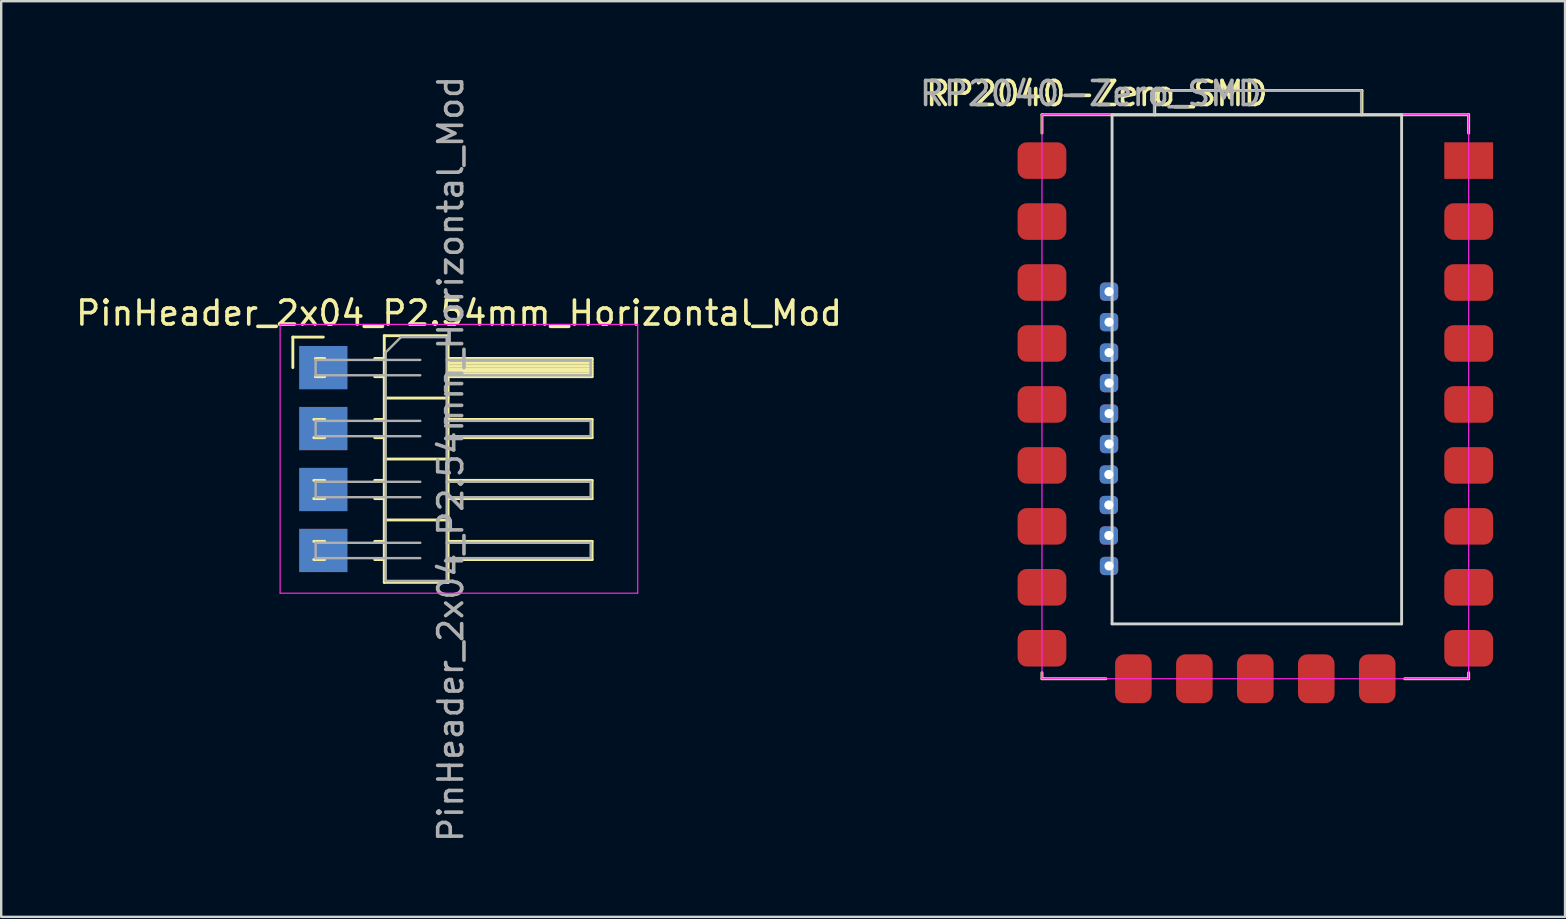
<source format=kicad_pcb>
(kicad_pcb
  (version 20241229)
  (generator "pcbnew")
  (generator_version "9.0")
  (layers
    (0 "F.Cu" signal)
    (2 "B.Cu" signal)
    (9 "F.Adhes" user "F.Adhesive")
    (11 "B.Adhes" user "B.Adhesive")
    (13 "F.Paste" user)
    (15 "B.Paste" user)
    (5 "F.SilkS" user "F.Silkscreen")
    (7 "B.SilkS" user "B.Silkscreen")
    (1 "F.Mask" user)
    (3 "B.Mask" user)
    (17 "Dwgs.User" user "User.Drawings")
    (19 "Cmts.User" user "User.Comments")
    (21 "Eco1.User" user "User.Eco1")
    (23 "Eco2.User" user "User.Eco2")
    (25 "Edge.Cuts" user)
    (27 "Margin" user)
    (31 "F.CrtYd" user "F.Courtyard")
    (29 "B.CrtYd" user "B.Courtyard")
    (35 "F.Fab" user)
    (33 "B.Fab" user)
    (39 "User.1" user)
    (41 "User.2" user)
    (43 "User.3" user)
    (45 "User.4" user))
  (footprint "PinHeader_2x04_P2.54mm_Horizontal_Mod"
    (layer "F.Cu")
    (at 10.422 12.267)
    (property "Reference" "PinHeader_2x04_P2.54mm_Horizontal_Mod" (at 5.655 -2.27 180) (layer "F.SilkS") (effects (font (size 1 1) (thickness 0.15))))
    (attr through_hole)
    (fp_line (start -1.27 -1.27) (end 0 -1.27) (stroke (width 0.12) (type solid)) (layer "F.SilkS"))
    (fp_line (start -1.27 0) (end -1.27 -1.27) (stroke (width 0.12) (type solid)) (layer "F.SilkS"))
    (fp_line (start -0.397 2.16) (end 0.057 2.16) (stroke (width 0.12) (type solid)) (layer "F.SilkS"))
    (fp_line (start -0.397 2.92) (end 0.057 2.92) (stroke (width 0.12) (type solid)) (layer "F.SilkS"))
    (fp_line (start -0.397 4.7) (end 0.057 4.7) (stroke (width 0.12) (type solid)) (layer "F.SilkS"))
    (fp_line (start -0.397 5.46) (end 0.057 5.46) (stroke (width 0.12) (type solid)) (layer "F.SilkS"))
    (fp_line (start -0.397 7.24) (end 0.057 7.24) (stroke (width 0.12) (type solid)) (layer "F.SilkS"))
    (fp_line (start -0.397 8) (end 0.057 8) (stroke (width 0.12) (type solid)) (layer "F.SilkS"))
    (fp_line (start -0.33 -0.38) (end 0.057 -0.38) (stroke (width 0.12) (type solid)) (layer "F.SilkS"))
    (fp_line (start -0.33 0.38) (end 0.057 0.38) (stroke (width 0.12) (type solid)) (layer "F.SilkS"))
    (fp_line (start 2.143 -0.38) (end 2.54 -0.38) (stroke (width 0.12) (type solid)) (layer "F.SilkS"))
    (fp_line (start 2.143 0.38) (end 2.54 0.38) (stroke (width 0.12) (type solid)) (layer "F.SilkS"))
    (fp_line (start 2.143 2.16) (end 2.54 2.16) (stroke (width 0.12) (type solid)) (layer "F.SilkS"))
    (fp_line (start 2.143 2.92) (end 2.54 2.92) (stroke (width 0.12) (type solid)) (layer "F.SilkS"))
    (fp_line (start 2.143 4.7) (end 2.54 4.7) (stroke (width 0.12) (type solid)) (layer "F.SilkS"))
    (fp_line (start 2.143 5.46) (end 2.54 5.46) (stroke (width 0.12) (type solid)) (layer "F.SilkS"))
    (fp_line (start 2.143 7.24) (end 2.54 7.24) (stroke (width 0.12) (type solid)) (layer "F.SilkS"))
    (fp_line (start 2.143 8) (end 2.54 8) (stroke (width 0.12) (type solid)) (layer "F.SilkS"))
    (fp_line (start 2.54 -1.33) (end 2.54 8.95) (stroke (width 0.12) (type solid)) (layer "F.SilkS"))
    (fp_line (start 2.54 1.27) (end 5.2 1.27) (stroke (width 0.12) (type solid)) (layer "F.SilkS"))
    (fp_line (start 2.54 3.81) (end 5.2 3.81) (stroke (width 0.12) (type solid)) (layer "F.SilkS"))
    (fp_line (start 2.54 6.35) (end 5.2 6.35) (stroke (width 0.12) (type solid)) (layer "F.SilkS"))
    (fp_line (start 2.54 8.95) (end 5.2 8.95) (stroke (width 0.12) (type solid)) (layer "F.SilkS"))
    (fp_line (start 5.2 -1.33) (end 2.54 -1.33) (stroke (width 0.12) (type solid)) (layer "F.SilkS"))
    (fp_line (start 5.2 -0.38) (end 11.2 -0.38) (stroke (width 0.12) (type solid)) (layer "F.SilkS"))
    (fp_line (start 5.2 -0.32) (end 11.2 -0.32) (stroke (width 0.12) (type solid)) (layer "F.SilkS"))
    (fp_line (start 5.2 -0.2) (end 11.2 -0.2) (stroke (width 0.12) (type solid)) (layer "F.SilkS"))
    (fp_line (start 5.2 -0.08) (end 11.2 -0.08) (stroke (width 0.12) (type solid)) (layer "F.SilkS"))
    (fp_line (start 5.2 0.04) (end 11.2 0.04) (stroke (width 0.12) (type solid)) (layer "F.SilkS"))
    (fp_line (start 5.2 0.16) (end 11.2 0.16) (stroke (width 0.12) (type solid)) (layer "F.SilkS"))
    (fp_line (start 5.2 0.28) (end 11.2 0.28) (stroke (width 0.12) (type solid)) (layer "F.SilkS"))
    (fp_line (start 5.2 2.16) (end 11.2 2.16) (stroke (width 0.12) (type solid)) (layer "F.SilkS"))
    (fp_line (start 5.2 4.7) (end 11.2 4.7) (stroke (width 0.12) (type solid)) (layer "F.SilkS"))
    (fp_line (start 5.2 7.24) (end 11.2 7.24) (stroke (width 0.12) (type solid)) (layer "F.SilkS"))
    (fp_line (start 5.2 8.95) (end 5.2 -1.33) (stroke (width 0.12) (type solid)) (layer "F.SilkS"))
    (fp_line (start 11.2 -0.38) (end 11.2 0.38) (stroke (width 0.12) (type solid)) (layer "F.SilkS"))
    (fp_line (start 11.2 0.38) (end 5.2 0.38) (stroke (width 0.12) (type solid)) (layer "F.SilkS"))
    (fp_line (start 11.2 2.16) (end 11.2 2.92) (stroke (width 0.12) (type solid)) (layer "F.SilkS"))
    (fp_line (start 11.2 2.92) (end 5.2 2.92) (stroke (width 0.12) (type solid)) (layer "F.SilkS"))
    (fp_line (start 11.2 4.7) (end 11.2 5.46) (stroke (width 0.12) (type solid)) (layer "F.SilkS"))
    (fp_line (start 11.2 5.46) (end 5.2 5.46) (stroke (width 0.12) (type solid)) (layer "F.SilkS"))
    (fp_line (start 11.2 7.24) (end 11.2 8) (stroke (width 0.12) (type solid)) (layer "F.SilkS"))
    (fp_line (start 11.2 8) (end 5.2 8) (stroke (width 0.12) (type solid)) (layer "F.SilkS"))
    (fp_line (start -1.8 -1.8) (end -1.8 9.4) (stroke (width 0.05) (type solid)) (layer "F.CrtYd"))
    (fp_line (start -1.8 9.4) (end 13.1 9.4) (stroke (width 0.05) (type solid)) (layer "F.CrtYd"))
    (fp_line (start 13.1 -1.8) (end -1.8 -1.8) (stroke (width 0.05) (type solid)) (layer "F.CrtYd"))
    (fp_line (start 13.1 9.4) (end 13.1 -1.8) (stroke (width 0.05) (type solid)) (layer "F.CrtYd"))
    (fp_line (start -0.32 -0.32) (end -0.32 0.32) (stroke (width 0.1) (type solid)) (layer "F.Fab"))
    (fp_line (start -0.32 -0.32) (end 4.04 -0.32) (stroke (width 0.1) (type solid)) (layer "F.Fab"))
    (fp_line (start -0.32 0.32) (end 4.04 0.32) (stroke (width 0.1) (type solid)) (layer "F.Fab"))
    (fp_line (start -0.32 2.22) (end -0.32 2.86) (stroke (width 0.1) (type solid)) (layer "F.Fab"))
    (fp_line (start -0.32 2.22) (end 4.04 2.22) (stroke (width 0.1) (type solid)) (layer "F.Fab"))
    (fp_line (start -0.32 2.86) (end 4.04 2.86) (stroke (width 0.1) (type solid)) (layer "F.Fab"))
    (fp_line (start -0.32 4.76) (end -0.32 5.4) (stroke (width 0.1) (type solid)) (layer "F.Fab"))
    (fp_line (start -0.32 4.76) (end 4.04 4.76) (stroke (width 0.1) (type solid)) (layer "F.Fab"))
    (fp_line (start -0.32 5.4) (end 4.04 5.4) (stroke (width 0.1) (type solid)) (layer "F.Fab"))
    (fp_line (start -0.32 7.3) (end -0.32 7.94) (stroke (width 0.1) (type solid)) (layer "F.Fab"))
    (fp_line (start -0.32 7.3) (end 4.04 7.3) (stroke (width 0.1) (type solid)) (layer "F.Fab"))
    (fp_line (start -0.32 7.94) (end 4.04 7.94) (stroke (width 0.1) (type solid)) (layer "F.Fab"))
    (fp_line (start 2.6 -0.635) (end 3.235 -1.27) (stroke (width 0.1) (type solid)) (layer "F.Fab"))
    (fp_line (start 2.6 8.89) (end 2.6 -0.635) (stroke (width 0.1) (type solid)) (layer "F.Fab"))
    (fp_line (start 3.235 -1.27) (end 5.14 -1.27) (stroke (width 0.1) (type solid)) (layer "F.Fab"))
    (fp_line (start 5.14 -1.27) (end 5.14 8.89) (stroke (width 0.1) (type solid)) (layer "F.Fab"))
    (fp_line (start 5.14 -0.32) (end 11.14 -0.32) (stroke (width 0.1) (type solid)) (layer "F.Fab"))
    (fp_line (start 5.14 0.32) (end 11.14 0.32) (stroke (width 0.1) (type solid)) (layer "F.Fab"))
    (fp_line (start 5.14 2.22) (end 11.14 2.22) (stroke (width 0.1) (type solid)) (layer "F.Fab"))
    (fp_line (start 5.14 2.86) (end 11.14 2.86) (stroke (width 0.1) (type solid)) (layer "F.Fab"))
    (fp_line (start 5.14 4.76) (end 11.14 4.76) (stroke (width 0.1) (type solid)) (layer "F.Fab"))
    (fp_line (start 5.14 5.4) (end 11.14 5.4) (stroke (width 0.1) (type solid)) (layer "F.Fab"))
    (fp_line (start 5.14 7.3) (end 11.14 7.3) (stroke (width 0.1) (type solid)) (layer "F.Fab"))
    (fp_line (start 5.14 7.94) (end 11.14 7.94) (stroke (width 0.1) (type solid)) (layer "F.Fab"))
    (fp_line (start 5.14 8.89) (end 2.6 8.89) (stroke (width 0.1) (type solid)) (layer "F.Fab"))
    (fp_line (start 11.14 -0.32) (end 11.14 0.32) (stroke (width 0.1) (type solid)) (layer "F.Fab"))
    (fp_line (start 11.14 2.22) (end 11.14 2.86) (stroke (width 0.1) (type solid)) (layer "F.Fab"))
    (fp_line (start 11.14 4.76) (end 11.14 5.4) (stroke (width 0.1) (type solid)) (layer "F.Fab"))
    (fp_line (start 11.14 7.3) (end 11.14 7.94) (stroke (width 0.1) (type solid)) (layer "F.Fab"))
    (fp_text user "${REFERENCE}" (at 5.31 3.81 270) (layer "F.Fab") (effects (font (size 1 1) (thickness 0.15))))
    (pad "1" smd rect (at 0 0) (size 2 1.8) (layers "F.Cu" "F.Mask" "F.Paste"))
    (pad "2" smd rect (at 0 0) (size 2 1.8) (layers "B.Cu" "B.Mask" "B.Paste"))
    (pad "3" smd rect (at 0 2.54) (size 2 1.8) (layers "F.Cu" "F.Mask" "F.Paste"))
    (pad "4" smd rect (at 0 2.54) (size 2 1.8) (layers "B.Cu" "B.Mask" "B.Paste"))
    (pad "5" smd rect (at 0 5.08) (size 2 1.8) (layers "F.Cu" "F.Mask" "F.Paste"))
    (pad "6" smd rect (at 0 5.08) (size 2 1.8) (layers "B.Cu" "B.Mask" "B.Paste"))
    (pad "7" smd rect (at 0 7.62) (size 2 1.8) (layers "F.Cu" "F.Mask" "F.Paste"))
    (pad "8" smd rect (at 0 7.62) (size 2 1.8) (layers "B.Cu" "B.Mask" "B.Paste")))
  (footprint "RP2040-Zero_SMD"
    (layer "F.Cu")
    (at 40.367 25.232)
    (property "Reference" "RP2040-Zero_SMD" (at 2.286 -24.384 0) (unlocked yes) (layer "F.SilkS") (effects (font (size 1 1) (thickness 0.15))))
    (attr through_hole)
    (fp_line (start 0 -22.733) (end 0 -23.5) (stroke (width 0.12) (type solid)) (layer "F.SilkS"))
    (fp_line (start 0 -0.254) (end 0 0) (stroke (width 0.12) (type solid)) (layer "F.SilkS"))
    (fp_line (start 0 0) (end 2.667 0) (stroke (width 0.12) (type solid)) (layer "F.SilkS"))
    (fp_line (start 4.699 -24.511) (end 13.335 -24.511) (stroke (width 0.12) (type solid)) (layer "F.SilkS"))
    (fp_line (start 4.699 -23.495) (end 4.699 -24.511) (stroke (width 0.12) (type solid)) (layer "F.SilkS"))
    (fp_line (start 13.335 -24.511) (end 13.335 -23.495) (stroke (width 0.12) (type solid)) (layer "F.SilkS"))
    (fp_line (start 17.78 -23.5) (end 0 -23.5) (stroke (width 0.12) (type solid)) (layer "F.SilkS"))
    (fp_line (start 17.78 -22.733) (end 17.78 -23.5) (stroke (width 0.12) (type solid)) (layer "F.SilkS"))
    (fp_line (start 17.78 -0.254) (end 17.78 0) (stroke (width 0.12) (type solid)) (layer "F.SilkS"))
    (fp_line (start 17.78 0) (end 15.113 0) (stroke (width 0.12) (type solid)) (layer "F.SilkS"))
    (fp_line (start 2.921 -23.495) (end 2.921 -2.286) (stroke (width 0.12) (type solid)) (layer "Edge.Cuts"))
    (fp_line (start 2.921 -2.286) (end 14.986 -2.286) (stroke (width 0.12) (type solid)) (layer "Edge.Cuts"))
    (fp_line (start 14.986 -23.495) (end 2.921 -23.495) (stroke (width 0.12) (type solid)) (layer "Edge.Cuts"))
    (fp_line (start 14.986 -2.286) (end 14.986 -23.495) (stroke (width 0.12) (type solid)) (layer "Edge.Cuts"))
    (fp_line (start 0 -23.5) (end 17.78 -23.5) (stroke (width 0.05) (type solid)) (layer "F.CrtYd"))
    (fp_line (start 0 0) (end 0 -23.5) (stroke (width 0.05) (type solid)) (layer "F.CrtYd"))
    (fp_line (start 17.78 -23.5) (end 17.78 0) (stroke (width 0.05) (type solid)) (layer "F.CrtYd"))
    (fp_line (start 17.78 0) (end 0 0) (stroke (width 0.05) (type solid)) (layer "F.CrtYd"))
    (fp_line (start 4.67 -24.5) (end 4.67 -23.5) (stroke (width 0.1) (type solid)) (layer "F.Fab"))
    (fp_line (start 4.67 -24.5) (end 13.3 -24.5) (stroke (width 0.1) (type solid)) (layer "F.Fab"))
    (fp_line (start 13.3 -24.5) (end 13.3 -23.5) (stroke (width 0.1) (type solid)) (layer "F.Fab"))
    (fp_text user "${REFERENCE}" (at 2.032 -24.384 0) (unlocked yes) (layer "F.Fab") (effects (font (size 1 1) (thickness 0.15))))
    (pad "1" smd rect (at 17.78 -21.59) (size 2.032 1.524) (layers "F.Cu" "F.Mask" "F.Paste"))
    (pad "2" smd roundrect (at 17.78 -19.05) (size 2.032 1.524) (layers "F.Cu" "F.Mask" "F.Paste") (roundrect_rratio 0.25))
    (pad "3" smd roundrect (at 17.78 -16.51) (size 2.032 1.524) (layers "F.Cu" "F.Mask" "F.Paste") (roundrect_rratio 0.25))
    (pad "4" smd roundrect (at 17.78 -13.97) (size 2.032 1.524) (layers "F.Cu" "F.Mask" "F.Paste") (roundrect_rratio 0.25))
    (pad "5" smd roundrect (at 17.78 -11.43) (size 2.032 1.524) (layers "F.Cu" "F.Mask" "F.Paste") (roundrect_rratio 0.25))
    (pad "6" smd roundrect (at 17.78 -8.89) (size 2.032 1.524) (layers "F.Cu" "F.Mask" "F.Paste") (roundrect_rratio 0.25))
    (pad "7" smd roundrect (at 17.78 -6.35) (size 2.032 1.524) (layers "F.Cu" "F.Mask" "F.Paste") (roundrect_rratio 0.25))
    (pad "8" smd roundrect (at 17.78 -3.81) (size 2.032 1.524) (layers "F.Cu" "F.Mask" "F.Paste") (roundrect_rratio 0.25))
    (pad "9" smd roundrect (at 17.78 -1.27) (size 2.032 1.524) (layers "F.Cu" "F.Mask" "F.Paste") (roundrect_rratio 0.25))
    (pad "10" smd roundrect (at 13.97 0) (size 1.524 2.032) (layers "F.Cu" "F.Mask" "F.Paste") (roundrect_rratio 0.25))
    (pad "11" smd roundrect (at 11.43 0) (size 1.524 2.032) (layers "F.Cu" "F.Mask" "F.Paste") (roundrect_rratio 0.25))
    (pad "12" smd roundrect (at 8.89 0) (size 1.524 2.032) (layers "F.Cu" "F.Mask" "F.Paste") (roundrect_rratio 0.25))
    (pad "13" smd roundrect (at 6.35 0) (size 1.524 2.032) (layers "F.Cu" "F.Mask" "F.Paste") (roundrect_rratio 0.25))
    (pad "14" smd roundrect (at 3.81 0) (size 1.524 2.032) (layers "F.Cu" "F.Mask" "F.Paste") (roundrect_rratio 0.25))
    (pad "15" smd roundrect (at 0 -1.27) (size 2.032 1.524) (layers "F.Cu" "F.Mask" "F.Paste") (roundrect_rratio 0.25))
    (pad "16" smd roundrect (at 0 -3.81) (size 2.032 1.524) (layers "F.Cu" "F.Mask" "F.Paste") (roundrect_rratio 0.25))
    (pad "17" smd roundrect (at 0 -6.35) (size 2.032 1.524) (layers "F.Cu" "F.Mask" "F.Paste") (roundrect_rratio 0.25))
    (pad "18" smd roundrect (at 0 -8.89) (size 2.032 1.524) (layers "F.Cu" "F.Mask" "F.Paste") (roundrect_rratio 0.25))
    (pad "19" smd roundrect (at 0 -11.43) (size 2.032 1.524) (layers "F.Cu" "F.Mask" "F.Paste") (roundrect_rratio 0.25))
    (pad "20" smd roundrect (at 0 -13.97) (size 2.032 1.524) (layers "F.Cu" "F.Mask" "F.Paste") (roundrect_rratio 0.25))
    (pad "21" smd roundrect (at 0 -16.51) (size 2.032 1.524) (layers "F.Cu" "F.Mask" "F.Paste") (roundrect_rratio 0.25))
    (pad "22" smd roundrect (at 0 -21.59) (size 2.032 1.524) (layers "F.Cu" "F.Mask" "F.Paste") (roundrect_rratio 0.25))
    (pad "23" smd roundrect (at 0 -19.05) (size 2.032 1.524) (layers "F.Cu" "F.Mask" "F.Paste") (roundrect_rratio 0.25))
    (pad "24" thru_hole roundrect (at 2.794 -16.129) (size 0.762 0.762) (drill 0.381) (layers "*.Cu" "*.Mask") (roundrect_rratio 0.25))
    (pad "25" thru_hole roundrect (at 2.794 -14.859) (size 0.762 0.762) (drill 0.381) (layers "*.Cu" "*.Mask") (roundrect_rratio 0.25))
    (pad "26" thru_hole roundrect (at 2.794 -13.589) (size 0.762 0.762) (drill 0.381) (layers "*.Cu" "*.Mask") (roundrect_rratio 0.25))
    (pad "27" thru_hole roundrect (at 2.794 -12.319) (size 0.762 0.762) (drill 0.381) (layers "*.Cu" "*.Mask") (roundrect_rratio 0.25))
    (pad "28" thru_hole roundrect (at 2.794 -11.049) (size 0.762 0.762) (drill 0.381) (layers "*.Cu" "*.Mask") (roundrect_rratio 0.25))
    (pad "29" thru_hole roundrect (at 2.794 -9.779) (size 0.762 0.762) (drill 0.381) (layers "*.Cu" "*.Mask") (roundrect_rratio 0.25))
    (pad "30" thru_hole roundrect (at 2.786 -8.509) (size 0.762 0.762) (drill 0.381) (layers "*.Cu" "*.Mask") (roundrect_rratio 0.25))
    (pad "31" thru_hole roundrect (at 2.786 -7.239) (size 0.762 0.762) (drill 0.381) (layers "*.Cu" "*.Mask") (roundrect_rratio 0.25))
    (pad "32" thru_hole roundrect (at 2.786 -5.969) (size 0.762 0.762) (drill 0.381) (layers "*.Cu" "*.Mask") (roundrect_rratio 0.25))
    (pad "33" thru_hole roundrect (at 2.794 -4.699) (size 0.762 0.762) (drill 0.381) (layers "*.Cu" "*.Mask") (roundrect_rratio 0.25)))
  (gr_rect
    (start -3 -3)
    (end 62.163 35.155)
    (stroke (width 0.1) (type default))
    (fill no)
    (layer "Edge.Cuts")))
</source>
